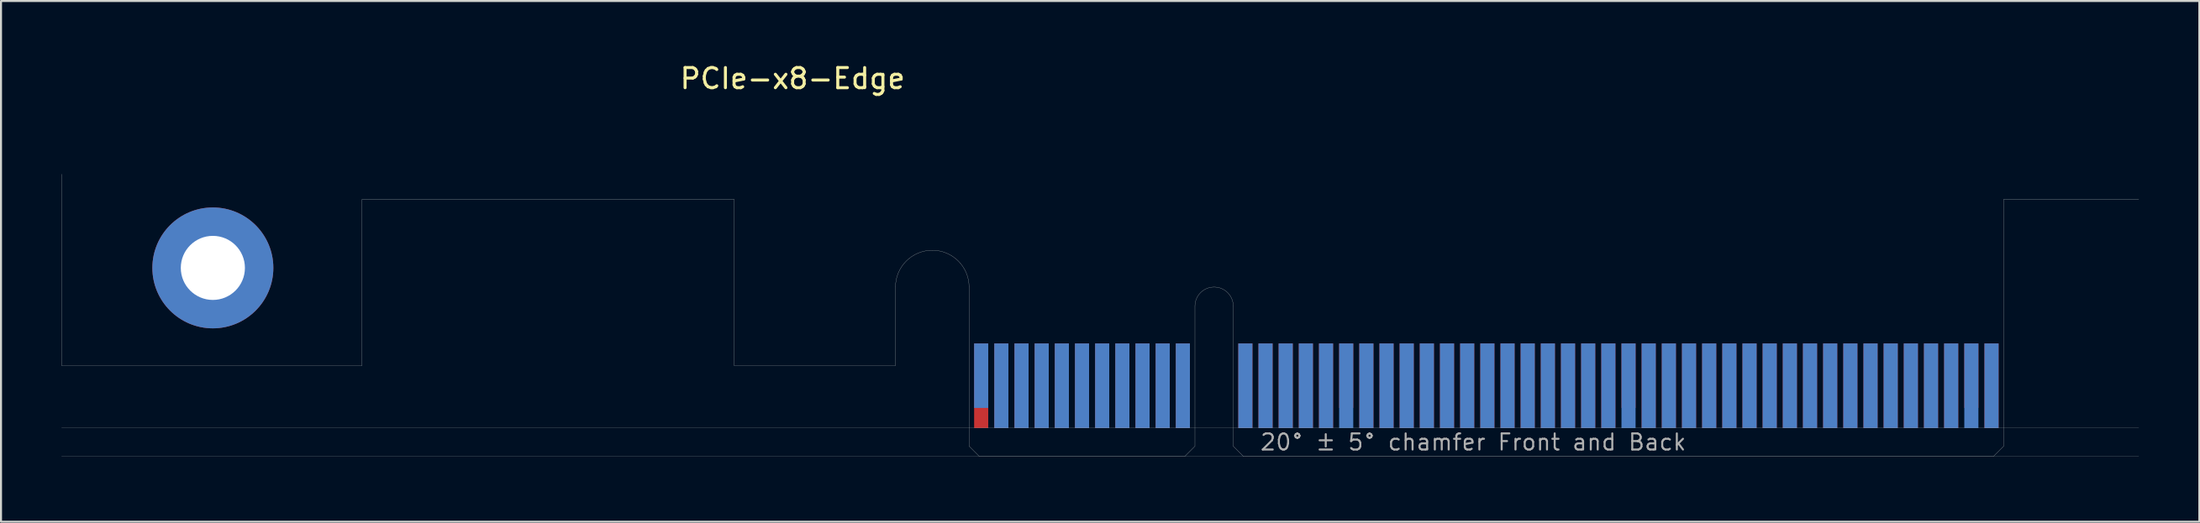
<source format=kicad_pcb>
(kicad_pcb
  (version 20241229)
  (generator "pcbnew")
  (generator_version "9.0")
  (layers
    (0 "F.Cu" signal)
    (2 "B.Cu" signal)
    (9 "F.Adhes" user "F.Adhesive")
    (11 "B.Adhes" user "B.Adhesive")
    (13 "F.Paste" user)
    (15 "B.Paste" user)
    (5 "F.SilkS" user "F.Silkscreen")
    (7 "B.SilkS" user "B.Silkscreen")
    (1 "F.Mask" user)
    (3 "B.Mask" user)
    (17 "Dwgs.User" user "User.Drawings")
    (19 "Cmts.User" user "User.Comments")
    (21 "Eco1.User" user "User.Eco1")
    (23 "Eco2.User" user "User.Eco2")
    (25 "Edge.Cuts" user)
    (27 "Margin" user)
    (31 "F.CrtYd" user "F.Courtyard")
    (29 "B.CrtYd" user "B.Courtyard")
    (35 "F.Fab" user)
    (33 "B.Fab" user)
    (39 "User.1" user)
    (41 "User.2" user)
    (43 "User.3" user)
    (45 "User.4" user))
  (footprint "PCIe-x8-Edge"
    (layer "F.Cu")
    (at 45.005 19.598)
    (property "Reference" "PCIe-x8-Edge" (at -8.75 -18.75 0) (layer "F.SilkS") (effects (font (size 1 1) (thickness 0.15))))
    (attr smd)
    (fp_poly (pts (xy -3.65 -4.5) (xy -11.65 -4.5) (xy -11.65 -7.95) (xy -3.65 -7.95)) (stroke (width 0.1) (type solid)) (fill yes) (layer "F.Mask"))
    (fp_poly (pts (xy 11.2 -5.45) (xy 0 -5.45) (xy 0 0) (xy 11.2 0)) (stroke (width 0.1) (type solid)) (fill yes) (layer "F.Mask"))
    (fp_poly (pts (xy 51.3 -5.45) (xy 13.1 -5.45) (xy 13.1 0) (xy 51.3 0)) (stroke (width 0.1) (type solid)) (fill yes) (layer "F.Mask"))
    (fp_poly (pts (xy -3.65 -7.95) (xy -11.65 -7.95) (xy -11.65 -4.5) (xy -3.65 -4.5)) (stroke (width 0.1) (type solid)) (fill yes) (layer "B.Mask"))
    (fp_poly (pts (xy 11.2 0) (xy 0 0) (xy 0 -5.45) (xy 11.2 -5.45)) (stroke (width 0.1) (type solid)) (fill yes) (layer "B.Mask"))
    (fp_poly (pts (xy 51.3 -5.45) (xy 13.1 -5.45) (xy 13.1 0) (xy 51.3 0)) (stroke (width 0.1) (type solid)) (fill yes) (layer "B.Mask"))
    (fp_line (start -45 -4.5) (end -45 -14) (stroke (width 0.01) (type solid)) (layer "Edge.Cuts"))
    (fp_line (start -30.1 -12.75) (end -30.1 -4.5) (stroke (width 0.01) (type solid)) (layer "Edge.Cuts"))
    (fp_line (start -30.1 -4.5) (end -45 -4.5) (stroke (width 0.01) (type solid)) (layer "Edge.Cuts"))
    (fp_line (start -11.65 -12.75) (end -30.1 -12.75) (stroke (width 0.01) (type solid)) (layer "Edge.Cuts"))
    (fp_line (start -11.65 -4.5) (end -11.65 -12.75) (stroke (width 0.01) (type solid)) (layer "Edge.Cuts"))
    (fp_line (start -3.65 -4.5) (end -11.65 -4.5) (stroke (width 0.01) (type solid)) (layer "Edge.Cuts"))
    (fp_line (start -3.65 -4.5) (end -3.65 -8.4) (stroke (width 0.01) (type solid)) (layer "Edge.Cuts"))
    (fp_line (start 0 -0.5) (end 0 -8.4) (stroke (width 0.01) (type solid)) (layer "Edge.Cuts"))
    (fp_line (start 0.5 0) (end 0 -0.5) (stroke (width 0.01) (type solid)) (layer "Edge.Cuts"))
    (fp_line (start 0.5 0) (end 10.7 0) (stroke (width 0.01) (type solid)) (layer "Edge.Cuts"))
    (fp_line (start 10.7 0) (end 11.2 -0.5) (stroke (width 0.01) (type solid)) (layer "Edge.Cuts"))
    (fp_line (start 11.2 -0.5) (end 11.2 -7.45) (stroke (width 0.01) (type solid)) (layer "Edge.Cuts"))
    (fp_line (start 13.1 -0.5) (end 13.1 -7.45) (stroke (width 0.01) (type solid)) (layer "Edge.Cuts"))
    (fp_line (start 13.6 0) (end 13.1 -0.5) (stroke (width 0.01) (type solid)) (layer "Edge.Cuts"))
    (fp_line (start 50.8 0) (end 13.6 0) (stroke (width 0.01) (type solid)) (layer "Edge.Cuts"))
    (fp_line (start 50.8 0) (end 51.3 -0.5) (stroke (width 0.01) (type solid)) (layer "Edge.Cuts"))
    (fp_line (start 51.3 -12.75) (end 58 -12.75) (stroke (width 0.01) (type solid)) (layer "Edge.Cuts"))
    (fp_line (start 51.3 -0.5) (end 51.3 -12.75) (stroke (width 0.01) (type solid)) (layer "Edge.Cuts"))
    (fp_arc (start -3.65 -8.4) (mid -1.825 -10.225) (end 0 -8.4) (stroke (width 0.01) (type solid)) (layer "Edge.Cuts"))
    (fp_arc (start 11.2 -7.45) (mid 12.15 -8.4) (end 13.1 -7.45) (stroke (width 0.01) (type solid)) (layer "Edge.Cuts"))
    (fp_line (start -45 -1.4) (end 58 -1.4) (stroke (width 0.01) (type solid)) (layer "F.Fab"))
    (fp_line (start -45 0) (end 58 0) (stroke (width 0.01) (type solid)) (layer "F.Fab"))
    (fp_text user "20° ± 5° chamfer Front and Back" (at 25 -0.7 0) (layer "F.Fab") (effects (font (size 0.8 0.8) (thickness 0.1))))
    (pad "A1" smd rect (at 0.6 -4) (size 0.7 3.2) (layers "B.Cu"))
    (pad "A2" smd rect (at 1.6 -3.5) (size 0.7 4.2) (layers "B.Cu"))
    (pad "A3" smd rect (at 2.6 -3.5) (size 0.7 4.2) (layers "B.Cu"))
    (pad "A4" smd rect (at 3.6 -3.5) (size 0.7 4.2) (layers "B.Cu"))
    (pad "A5" smd rect (at 4.6 -3.5) (size 0.7 4.2) (layers "B.Cu"))
    (pad "A6" smd rect (at 5.6 -3.5) (size 0.7 4.2) (layers "B.Cu"))
    (pad "A7" smd rect (at 6.6 -3.5) (size 0.7 4.2) (layers "B.Cu"))
    (pad "A8" smd rect (at 7.6 -3.5) (size 0.7 4.2) (layers "B.Cu"))
    (pad "A9" smd rect (at 8.6 -3.5) (size 0.7 4.2) (layers "B.Cu"))
    (pad "A10" smd rect (at 9.6 -3.5) (size 0.7 4.2) (layers "B.Cu"))
    (pad "A11" smd rect (at 10.6 -3.5) (size 0.7 4.2) (layers "B.Cu"))
    (pad "A12" smd rect (at 13.7 -3.5) (size 0.7 4.2) (layers "B.Cu"))
    (pad "A13" smd rect (at 14.7 -3.5) (size 0.7 4.2) (layers "B.Cu"))
    (pad "A14" smd rect (at 15.7 -3.5) (size 0.7 4.2) (layers "B.Cu"))
    (pad "A15" smd rect (at 16.7 -3.5) (size 0.7 4.2) (layers "B.Cu"))
    (pad "A16" smd rect (at 17.7 -3.5) (size 0.7 4.2) (layers "B.Cu"))
    (pad "A17" smd rect (at 18.7 -3.5) (size 0.7 4.2) (layers "B.Cu"))
    (pad "A18" smd rect (at 19.7 -3.5) (size 0.7 4.2) (layers "B.Cu"))
    (pad "A19" smd rect (at 20.7 -3.5) (size 0.7 4.2) (layers "B.Cu"))
    (pad "A20" smd rect (at 21.7 -3.5) (size 0.7 4.2) (layers "B.Cu"))
    (pad "A21" smd rect (at 22.7 -3.5) (size 0.7 4.2) (layers "B.Cu"))
    (pad "A22" smd rect (at 23.7 -3.5) (size 0.7 4.2) (layers "B.Cu"))
    (pad "A23" smd rect (at 24.7 -3.5) (size 0.7 4.2) (layers "B.Cu"))
    (pad "A24" smd rect (at 25.7 -3.5) (size 0.7 4.2) (layers "B.Cu"))
    (pad "A25" smd rect (at 26.7 -3.5) (size 0.7 4.2) (layers "B.Cu"))
    (pad "A26" smd rect (at 27.7 -3.5) (size 0.7 4.2) (layers "B.Cu"))
    (pad "A27" smd rect (at 28.7 -3.5) (size 0.7 4.2) (layers "B.Cu"))
    (pad "A28" smd rect (at 29.7 -3.5) (size 0.7 4.2) (layers "B.Cu"))
    (pad "A29" smd rect (at 30.7 -3.5) (size 0.7 4.2) (layers "B.Cu"))
    (pad "A30" smd rect (at 31.7 -3.5) (size 0.7 4.2) (layers "B.Cu"))
    (pad "A31" smd rect (at 32.7 -3.5) (size 0.7 4.2) (layers "B.Cu"))
    (pad "A32" smd rect (at 33.7 -3.5) (size 0.7 4.2) (layers "B.Cu"))
    (pad "A33" smd rect (at 34.7 -3.5) (size 0.7 4.2) (layers "B.Cu"))
    (pad "A34" smd rect (at 35.7 -3.5) (size 0.7 4.2) (layers "B.Cu"))
    (pad "A35" smd rect (at 36.7 -3.5) (size 0.7 4.2) (layers "B.Cu"))
    (pad "A36" smd rect (at 37.7 -3.5) (size 0.7 4.2) (layers "B.Cu"))
    (pad "A37" smd rect (at 38.7 -3.5) (size 0.7 4.2) (layers "B.Cu"))
    (pad "A38" smd rect (at 39.7 -3.5) (size 0.7 4.2) (layers "B.Cu"))
    (pad "A39" smd rect (at 40.7 -3.5) (size 0.7 4.2) (layers "B.Cu"))
    (pad "A40" smd rect (at 41.7 -3.5) (size 0.7 4.2) (layers "B.Cu"))
    (pad "A41" smd rect (at 42.7 -3.5) (size 0.7 4.2) (layers "B.Cu"))
    (pad "A42" smd rect (at 43.7 -3.5) (size 0.7 4.2) (layers "B.Cu"))
    (pad "A43" smd rect (at 44.7 -3.5) (size 0.7 4.2) (layers "B.Cu"))
    (pad "A44" smd rect (at 45.7 -3.5) (size 0.7 4.2) (layers "B.Cu"))
    (pad "A45" smd rect (at 46.7 -3.5) (size 0.7 4.2) (layers "B.Cu"))
    (pad "A46" smd rect (at 47.7 -3.5) (size 0.7 4.2) (layers "B.Cu"))
    (pad "A47" smd rect (at 48.7 -3.5) (size 0.7 4.2) (layers "B.Cu"))
    (pad "A48" smd rect (at 49.7 -3.5) (size 0.7 4.2) (layers "B.Cu"))
    (pad "A49" smd rect (at 50.7 -3.5) (size 0.7 4.2) (layers "B.Cu"))
    (pad "B1" smd rect (at 0.6 -3.5) (size 0.7 4.2) (layers "F.Cu"))
    (pad "B2" smd rect (at 1.6 -3.5) (size 0.7 4.2) (layers "F.Cu"))
    (pad "B3" smd rect (at 2.6 -3.5) (size 0.7 4.2) (layers "F.Cu"))
    (pad "B4" smd rect (at 3.6 -3.5) (size 0.7 4.2) (layers "F.Cu"))
    (pad "B5" smd rect (at 4.6 -3.5) (size 0.7 4.2) (layers "F.Cu"))
    (pad "B6" smd rect (at 5.6 -3.5) (size 0.7 4.2) (layers "F.Cu"))
    (pad "B7" smd rect (at 6.6 -3.5) (size 0.7 4.2) (layers "F.Cu"))
    (pad "B8" smd rect (at 7.6 -3.5) (size 0.7 4.2) (layers "F.Cu"))
    (pad "B9" smd rect (at 8.6 -3.5) (size 0.7 4.2) (layers "F.Cu"))
    (pad "B10" smd rect (at 9.6 -3.5) (size 0.7 4.2) (layers "F.Cu"))
    (pad "B11" smd rect (at 10.6 -3.5) (size 0.7 4.2) (layers "F.Cu"))
    (pad "B12" smd rect (at 13.7 -3.5) (size 0.7 4.2) (layers "F.Cu"))
    (pad "B13" smd rect (at 14.7 -3.5) (size 0.7 4.2) (layers "F.Cu"))
    (pad "B14" smd rect (at 15.7 -3.5) (size 0.7 4.2) (layers "F.Cu"))
    (pad "B15" smd rect (at 16.7 -3.5) (size 0.7 4.2) (layers "F.Cu"))
    (pad "B16" smd rect (at 17.7 -3.5) (size 0.7 4.2) (layers "F.Cu"))
    (pad "B17" smd rect (at 18.7 -4) (size 0.7 3.2) (layers "F.Cu"))
    (pad "B18" smd rect (at 19.7 -3.5) (size 0.7 4.2) (layers "F.Cu"))
    (pad "B19" smd rect (at 20.7 -3.5) (size 0.7 4.2) (layers "F.Cu"))
    (pad "B20" smd rect (at 21.7 -3.5) (size 0.7 4.2) (layers "F.Cu"))
    (pad "B21" smd rect (at 22.7 -3.5) (size 0.7 4.2) (layers "F.Cu"))
    (pad "B22" smd rect (at 23.7 -3.5) (size 0.7 4.2) (layers "F.Cu"))
    (pad "B23" smd rect (at 24.7 -3.5) (size 0.7 4.2) (layers "F.Cu"))
    (pad "B24" smd rect (at 25.7 -3.5) (size 0.7 4.2) (layers "F.Cu"))
    (pad "B25" smd rect (at 26.7 -3.5) (size 0.7 4.2) (layers "F.Cu"))
    (pad "B26" smd rect (at 27.7 -3.5) (size 0.7 4.2) (layers "F.Cu"))
    (pad "B27" smd rect (at 28.7 -3.5) (size 0.7 4.2) (layers "F.Cu"))
    (pad "B28" smd rect (at 29.7 -3.5) (size 0.7 4.2) (layers "F.Cu"))
    (pad "B29" smd rect (at 30.7 -3.5) (size 0.7 4.2) (layers "F.Cu"))
    (pad "B30" smd rect (at 31.7 -3.5) (size 0.7 4.2) (layers "F.Cu"))
    (pad "B31" smd rect (at 32.7 -4) (size 0.7 3.2) (layers "F.Cu"))
    (pad "B32" smd rect (at 33.7 -3.5) (size 0.7 4.2) (layers "F.Cu"))
    (pad "B33" smd rect (at 34.7 -3.5) (size 0.7 4.2) (layers "F.Cu"))
    (pad "B34" smd rect (at 35.7 -3.5) (size 0.7 4.2) (layers "F.Cu"))
    (pad "B35" smd rect (at 36.7 -3.5) (size 0.7 4.2) (layers "F.Cu"))
    (pad "B36" smd rect (at 37.7 -3.5) (size 0.7 4.2) (layers "F.Cu"))
    (pad "B37" smd rect (at 38.7 -3.5) (size 0.7 4.2) (layers "F.Cu"))
    (pad "B38" smd rect (at 39.7 -3.5) (size 0.7 4.2) (layers "F.Cu"))
    (pad "B39" smd rect (at 40.7 -3.5) (size 0.7 4.2) (layers "F.Cu"))
    (pad "B40" smd rect (at 41.7 -3.5) (size 0.7 4.2) (layers "F.Cu"))
    (pad "B41" smd rect (at 42.7 -3.5) (size 0.7 4.2) (layers "F.Cu"))
    (pad "B42" smd rect (at 43.7 -3.5) (size 0.7 4.2) (layers "F.Cu"))
    (pad "B43" smd rect (at 44.7 -3.5) (size 0.7 4.2) (layers "F.Cu"))
    (pad "B44" smd rect (at 45.7 -3.5) (size 0.7 4.2) (layers "F.Cu"))
    (pad "B45" smd rect (at 46.7 -3.5) (size 0.7 4.2) (layers "F.Cu"))
    (pad "B46" smd rect (at 47.7 -3.5) (size 0.7 4.2) (layers "F.Cu"))
    (pad "B47" smd rect (at 48.7 -3.5) (size 0.7 4.2) (layers "F.Cu"))
    (pad "B48" smd rect (at 49.7 -4) (size 0.7 3.2) (layers "F.Cu"))
    (pad "B49" smd rect (at 50.7 -3.5) (size 0.7 4.2) (layers "F.Cu"))
    (pad "G1" thru_hole circle (at -37.5 -9.35) (size 6 6) (drill 3.18) (layers "*.Cu" "*.Mask")))
  (gr_rect
    (start -3 -3)
    (end 106.01 22.848)
    (stroke (width 0.1) (type default))
    (fill no)
    (layer "Edge.Cuts")))
</source>
